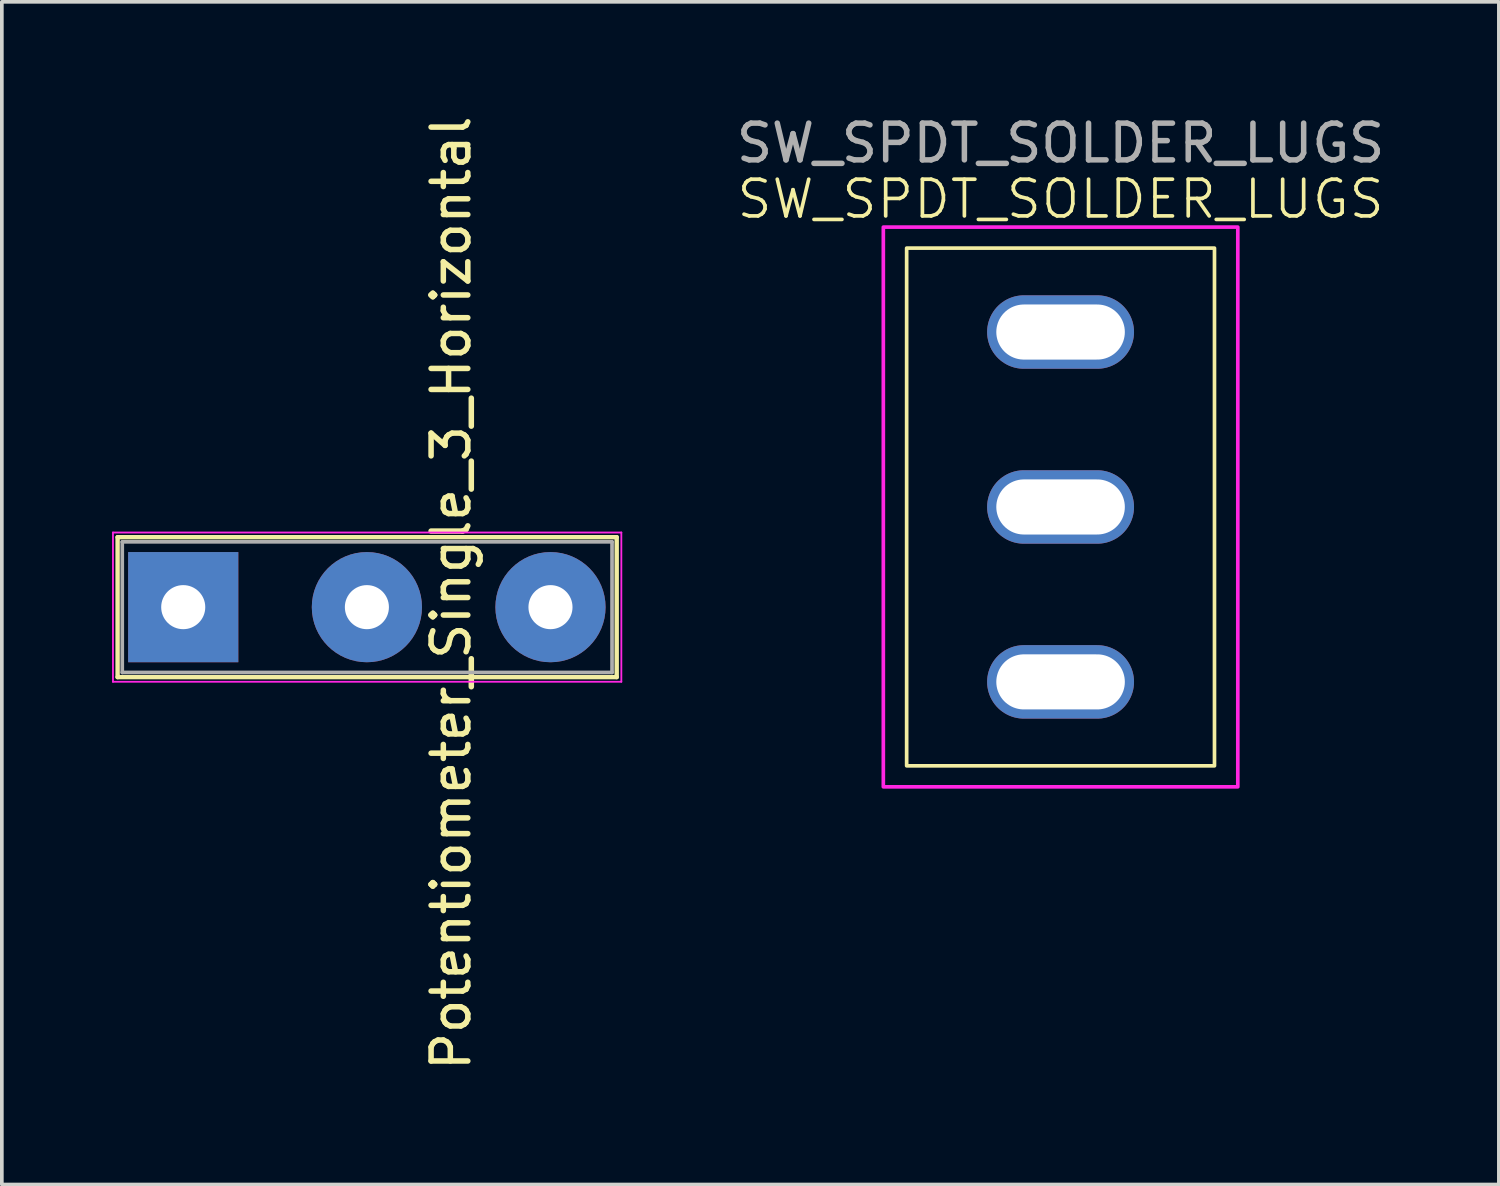
<source format=kicad_pcb>
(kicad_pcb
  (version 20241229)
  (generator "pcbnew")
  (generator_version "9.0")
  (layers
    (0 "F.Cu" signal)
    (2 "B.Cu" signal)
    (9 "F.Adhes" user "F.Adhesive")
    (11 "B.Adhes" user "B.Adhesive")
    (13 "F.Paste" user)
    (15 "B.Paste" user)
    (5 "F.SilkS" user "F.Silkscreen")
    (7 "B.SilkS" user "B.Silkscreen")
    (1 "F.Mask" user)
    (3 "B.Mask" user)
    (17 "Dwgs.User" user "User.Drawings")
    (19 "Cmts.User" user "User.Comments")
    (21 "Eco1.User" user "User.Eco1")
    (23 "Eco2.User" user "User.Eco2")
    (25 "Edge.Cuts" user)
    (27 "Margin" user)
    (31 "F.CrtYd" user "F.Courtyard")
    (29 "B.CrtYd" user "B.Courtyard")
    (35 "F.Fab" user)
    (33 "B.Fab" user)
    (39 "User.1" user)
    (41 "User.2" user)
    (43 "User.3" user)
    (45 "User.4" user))
  (footprint "SW_SPDT_SOLDER_LUGS"
    (layer "F.Cu")
    (at 25.828 10.754)
    (property "Reference" "SW_SPDT_SOLDER_LUGS" (at 0 -8.382 0) (unlocked yes) (layer "F.SilkS") (effects (font (size 1 1) (thickness 0.1))))
    (attr through_hole)
    (fp_rect (start -4.191 -7.048) (end 4.191 7.048) (stroke (width 0.1) (type default)) (fill no) (layer "F.SilkS"))
    (fp_rect (start -4.826 -7.62) (end 4.826 7.62) (stroke (width 0.1) (type default)) (fill no) (layer "F.CrtYd"))
    (fp_text user "${REFERENCE}" (at 0 -9.906 0) (unlocked yes) (layer "F.Fab") (effects (font (size 1 1) (thickness 0.15))))
    (pad "1" thru_hole oval (at 0 -4.763) (size 4 2) (drill oval 3.5 1.5) (layers "*.Cu" "*.Mask"))
    (pad "2" thru_hole oval (at 0 0) (size 4 2) (drill oval 3.5 1.5) (layers "*.Cu" "*.Mask"))
    (pad "3" thru_hole oval (at 0 4.763) (size 4 2) (drill oval 3.5 1.5) (layers "*.Cu" "*.Mask")))
  (footprint "Potentiometer_Single_3_Horizontal"
    (layer "F.Cu")
    (at 6.947 9.672)
    (property "Reference" "Potentiometer_Single_3_Horizontal" (at 2.286 3.429 90) (unlocked yes) (layer "F.SilkS") (effects (font (size 1 1) (thickness 0.15))))
    (attr through_hole)
    (fp_line (start -6.795 1.905) (end -6.795 5.715) (stroke (width 0.12) (type solid)) (layer "F.SilkS"))
    (fp_line (start 6.795 1.905) (end -6.795 1.905) (stroke (width 0.12) (type solid)) (layer "F.SilkS"))
    (fp_line (start 6.795 1.905) (end 6.795 5.715) (stroke (width 0.12) (type solid)) (layer "F.SilkS"))
    (fp_line (start 6.795 5.715) (end -6.795 5.715) (stroke (width 0.12) (type solid)) (layer "F.SilkS"))
    (fp_line (start -6.921 1.778) (end -6.921 5.842) (stroke (width 0.05) (type solid)) (layer "F.CrtYd"))
    (fp_line (start 6.921 1.778) (end -6.921 1.778) (stroke (width 0.05) (type solid)) (layer "F.CrtYd"))
    (fp_line (start 6.921 5.842) (end -6.921 5.842) (stroke (width 0.05) (type solid)) (layer "F.CrtYd"))
    (fp_line (start 6.921 5.842) (end 6.921 1.778) (stroke (width 0.05) (type solid)) (layer "F.CrtYd"))
    (fp_line (start -6.668 2.032) (end -6.668 5.588) (stroke (width 0.1) (type solid)) (layer "F.Fab"))
    (fp_line (start -6.668 5.588) (end 6.668 5.588) (stroke (width 0.1) (type solid)) (layer "F.Fab"))
    (fp_line (start 6.668 2.032) (end -6.668 2.032) (stroke (width 0.1) (type solid)) (layer "F.Fab"))
    (fp_line (start 6.668 5.588) (end 6.668 2.032) (stroke (width 0.1) (type solid)) (layer "F.Fab"))
    (pad "1" thru_hole rect (at -5.008 3.81 270) (size 3 3) (drill 1.2) (layers "*.Cu" "*.Mask"))
    (pad "2" thru_hole circle (at -0.007 3.81 270) (size 3 3) (drill 1.2) (layers "*.Cu" "*.Mask"))
    (pad "3" thru_hole circle (at 4.992 3.81 270) (size 3 3) (drill 1.2) (layers "*.Cu" "*.Mask")))
  (gr_rect
    (start -3 -3)
    (end 37.762 29.202)
    (stroke (width 0.1) (type default))
    (fill no)
    (layer "Edge.Cuts")))
</source>
